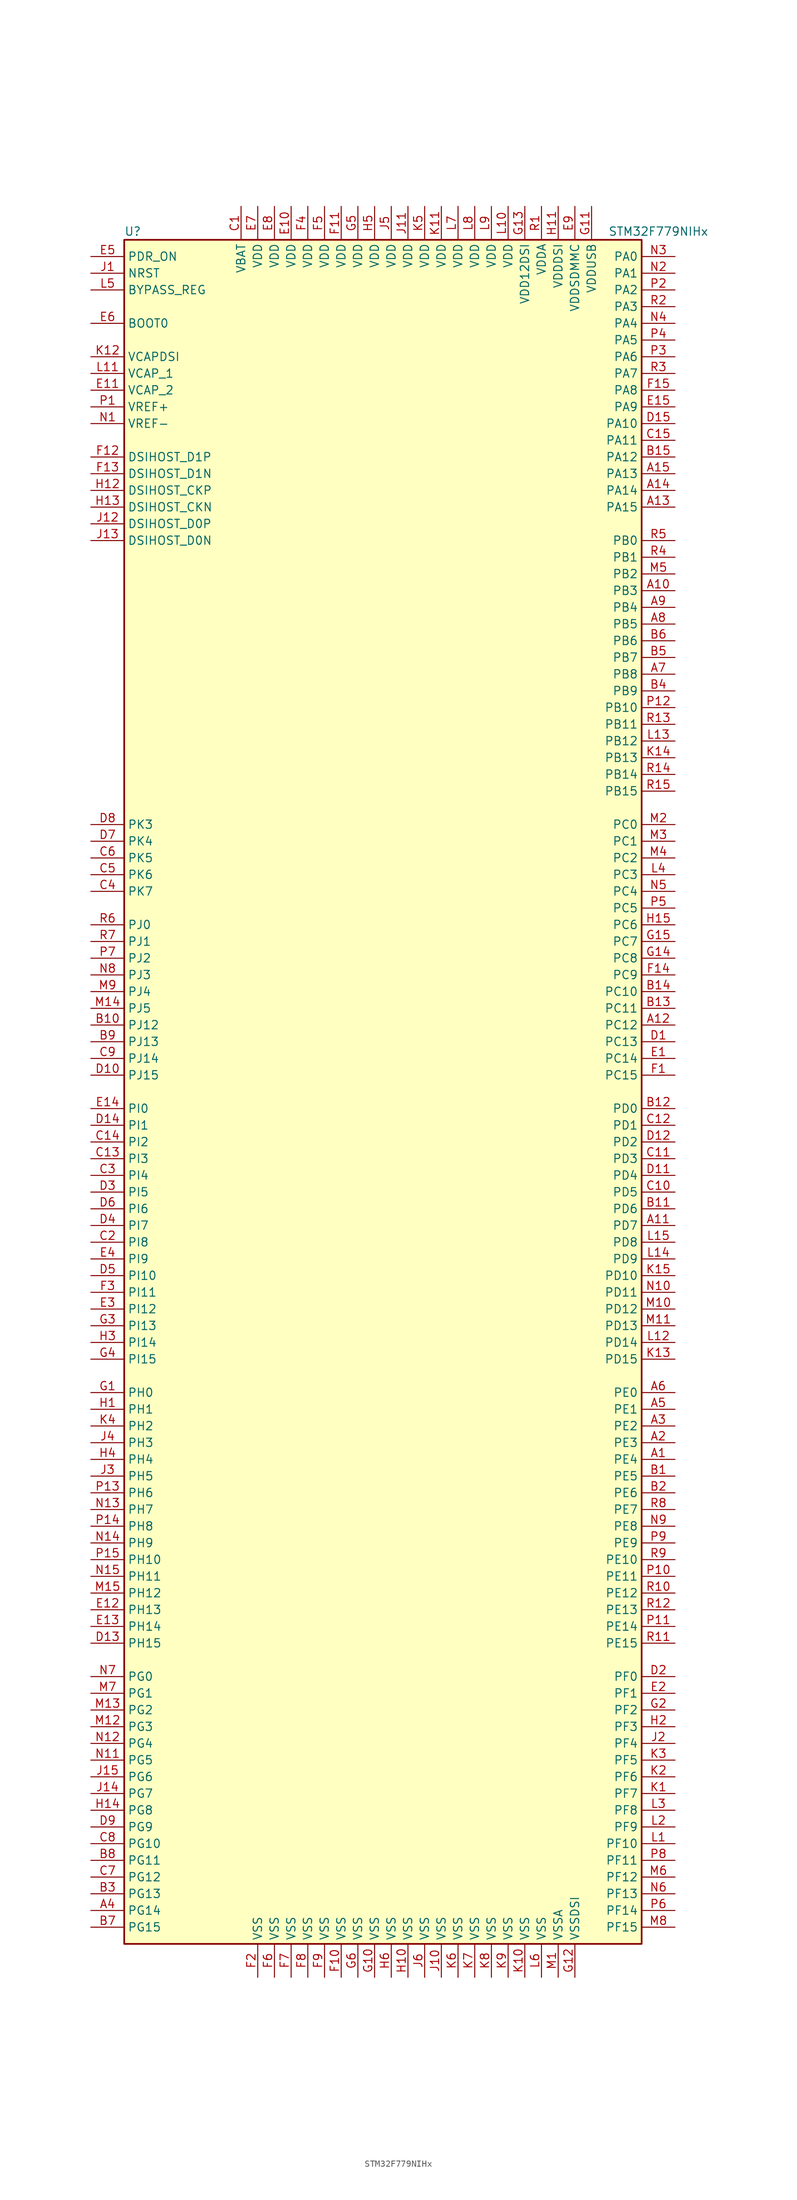
<source format=kicad_sym>
(kicad_symbol_lib
  (version 20220914)
  (generator kicad_symbol_editor)
  (symbol "STM32F779NIHx"
    (property "Reference" "U"
      (at -40.64 130.81 0)
      (effects (font (size 1.27 1.27)) (justify left)))
    (property "Value" "STM32F779NIHx"
      (at 33.02 130.81 0)
      (effects (font (size 1.27 1.27)) (justify left)))
    (symbol "STM32F779NIHx_0_1"
      (rectangle (start -40.64 -129.54) (end 38.1 129.54) (stroke (width 0.254) (type default)) (fill (type background))))
    (symbol "STM32F779NIHx_1_1"
      (pin bidirectional line (at 43.18 -55.88 180) (length 5.08) (name "PE4" (effects (font (size 1.27 1.27)))) (number "A1" (effects (font (size 1.27 1.27)))))
      (pin bidirectional line (at 43.18 76.2 180) (length 5.08) (name "PB3" (effects (font (size 1.27 1.27)))) (number "A10" (effects (font (size 1.27 1.27)))))
      (pin bidirectional line (at 43.18 -20.32 180) (length 5.08) (name "PD7" (effects (font (size 1.27 1.27)))) (number "A11" (effects (font (size 1.27 1.27)))))
      (pin bidirectional line (at 43.18 10.16 180) (length 5.08) (name "PC12" (effects (font (size 1.27 1.27)))) (number "A12" (effects (font (size 1.27 1.27)))))
      (pin bidirectional line (at 43.18 88.9 180) (length 5.08) (name "PA15" (effects (font (size 1.27 1.27)))) (number "A13" (effects (font (size 1.27 1.27)))))
      (pin bidirectional line (at 43.18 91.44 180) (length 5.08) (name "PA14" (effects (font (size 1.27 1.27)))) (number "A14" (effects (font (size 1.27 1.27)))))
      (pin bidirectional line (at 43.18 93.98 180) (length 5.08) (name "PA13" (effects (font (size 1.27 1.27)))) (number "A15" (effects (font (size 1.27 1.27)))))
      (pin bidirectional line (at 43.18 -53.34 180) (length 5.08) (name "PE3" (effects (font (size 1.27 1.27)))) (number "A2" (effects (font (size 1.27 1.27)))))
      (pin bidirectional line (at 43.18 -50.8 180) (length 5.08) (name "PE2" (effects (font (size 1.27 1.27)))) (number "A3" (effects (font (size 1.27 1.27)))))
      (pin bidirectional line (at -45.72 -124.46 0) (length 5.08) (name "PG14" (effects (font (size 1.27 1.27)))) (number "A4" (effects (font (size 1.27 1.27)))))
      (pin bidirectional line (at 43.18 -48.26 180) (length 5.08) (name "PE1" (effects (font (size 1.27 1.27)))) (number "A5" (effects (font (size 1.27 1.27)))))
      (pin bidirectional line (at 43.18 -45.72 180) (length 5.08) (name "PE0" (effects (font (size 1.27 1.27)))) (number "A6" (effects (font (size 1.27 1.27)))))
      (pin bidirectional line (at 43.18 63.5 180) (length 5.08) (name "PB8" (effects (font (size 1.27 1.27)))) (number "A7" (effects (font (size 1.27 1.27)))))
      (pin bidirectional line (at 43.18 71.12 180) (length 5.08) (name "PB5" (effects (font (size 1.27 1.27)))) (number "A8" (effects (font (size 1.27 1.27)))))
      (pin bidirectional line (at 43.18 73.66 180) (length 5.08) (name "PB4" (effects (font (size 1.27 1.27)))) (number "A9" (effects (font (size 1.27 1.27)))))
      (pin bidirectional line (at 43.18 -58.42 180) (length 5.08) (name "PE5" (effects (font (size 1.27 1.27)))) (number "B1" (effects (font (size 1.27 1.27)))))
      (pin bidirectional line (at -45.72 10.16 0) (length 5.08) (name "PJ12" (effects (font (size 1.27 1.27)))) (number "B10" (effects (font (size 1.27 1.27)))))
      (pin bidirectional line (at 43.18 -17.78 180) (length 5.08) (name "PD6" (effects (font (size 1.27 1.27)))) (number "B11" (effects (font (size 1.27 1.27)))))
      (pin bidirectional line (at 43.18 -2.54 180) (length 5.08) (name "PD0" (effects (font (size 1.27 1.27)))) (number "B12" (effects (font (size 1.27 1.27)))))
      (pin bidirectional line (at 43.18 12.7 180) (length 5.08) (name "PC11" (effects (font (size 1.27 1.27)))) (number "B13" (effects (font (size 1.27 1.27)))))
      (pin bidirectional line (at 43.18 15.24 180) (length 5.08) (name "PC10" (effects (font (size 1.27 1.27)))) (number "B14" (effects (font (size 1.27 1.27)))))
      (pin bidirectional line (at 43.18 96.52 180) (length 5.08) (name "PA12" (effects (font (size 1.27 1.27)))) (number "B15" (effects (font (size 1.27 1.27)))))
      (pin bidirectional line (at 43.18 -60.96 180) (length 5.08) (name "PE6" (effects (font (size 1.27 1.27)))) (number "B2" (effects (font (size 1.27 1.27)))))
      (pin bidirectional line (at -45.72 -121.92 0) (length 5.08) (name "PG13" (effects (font (size 1.27 1.27)))) (number "B3" (effects (font (size 1.27 1.27)))))
      (pin bidirectional line (at 43.18 60.96 180) (length 5.08) (name "PB9" (effects (font (size 1.27 1.27)))) (number "B4" (effects (font (size 1.27 1.27)))))
      (pin bidirectional line (at 43.18 66.04 180) (length 5.08) (name "PB7" (effects (font (size 1.27 1.27)))) (number "B5" (effects (font (size 1.27 1.27)))))
      (pin bidirectional line (at 43.18 68.58 180) (length 5.08) (name "PB6" (effects (font (size 1.27 1.27)))) (number "B6" (effects (font (size 1.27 1.27)))))
      (pin bidirectional line (at -45.72 -127 0) (length 5.08) (name "PG15" (effects (font (size 1.27 1.27)))) (number "B7" (effects (font (size 1.27 1.27)))))
      (pin bidirectional line (at -45.72 -116.84 0) (length 5.08) (name "PG11" (effects (font (size 1.27 1.27)))) (number "B8" (effects (font (size 1.27 1.27)))))
      (pin bidirectional line (at -45.72 7.62 0) (length 5.08) (name "PJ13" (effects (font (size 1.27 1.27)))) (number "B9" (effects (font (size 1.27 1.27)))))
      (pin power_in line (at -22.86 134.62 270) (length 5.08) (name "VBAT" (effects (font (size 1.27 1.27)))) (number "C1" (effects (font (size 1.27 1.27)))))
      (pin bidirectional line (at 43.18 -15.24 180) (length 5.08) (name "PD5" (effects (font (size 1.27 1.27)))) (number "C10" (effects (font (size 1.27 1.27)))))
      (pin bidirectional line (at 43.18 -10.16 180) (length 5.08) (name "PD3" (effects (font (size 1.27 1.27)))) (number "C11" (effects (font (size 1.27 1.27)))))
      (pin bidirectional line (at 43.18 -5.08 180) (length 5.08) (name "PD1" (effects (font (size 1.27 1.27)))) (number "C12" (effects (font (size 1.27 1.27)))))
      (pin bidirectional line (at -45.72 -10.16 0) (length 5.08) (name "PI3" (effects (font (size 1.27 1.27)))) (number "C13" (effects (font (size 1.27 1.27)))))
      (pin bidirectional line (at -45.72 -7.62 0) (length 5.08) (name "PI2" (effects (font (size 1.27 1.27)))) (number "C14" (effects (font (size 1.27 1.27)))))
      (pin bidirectional line (at 43.18 99.06 180) (length 5.08) (name "PA11" (effects (font (size 1.27 1.27)))) (number "C15" (effects (font (size 1.27 1.27)))))
      (pin bidirectional line (at -45.72 -22.86 0) (length 5.08) (name "PI8" (effects (font (size 1.27 1.27)))) (number "C2" (effects (font (size 1.27 1.27)))))
      (pin bidirectional line (at -45.72 -12.7 0) (length 5.08) (name "PI4" (effects (font (size 1.27 1.27)))) (number "C3" (effects (font (size 1.27 1.27)))))
      (pin bidirectional line (at -45.72 30.48 0) (length 5.08) (name "PK7" (effects (font (size 1.27 1.27)))) (number "C4" (effects (font (size 1.27 1.27)))))
      (pin bidirectional line (at -45.72 33.02 0) (length 5.08) (name "PK6" (effects (font (size 1.27 1.27)))) (number "C5" (effects (font (size 1.27 1.27)))))
      (pin bidirectional line (at -45.72 35.56 0) (length 5.08) (name "PK5" (effects (font (size 1.27 1.27)))) (number "C6" (effects (font (size 1.27 1.27)))))
      (pin bidirectional line (at -45.72 -119.38 0) (length 5.08) (name "PG12" (effects (font (size 1.27 1.27)))) (number "C7" (effects (font (size 1.27 1.27)))))
      (pin bidirectional line (at -45.72 -114.3 0) (length 5.08) (name "PG10" (effects (font (size 1.27 1.27)))) (number "C8" (effects (font (size 1.27 1.27)))))
      (pin bidirectional line (at -45.72 5.08 0) (length 5.08) (name "PJ14" (effects (font (size 1.27 1.27)))) (number "C9" (effects (font (size 1.27 1.27)))))
      (pin bidirectional line (at 43.18 7.62 180) (length 5.08) (name "PC13" (effects (font (size 1.27 1.27)))) (number "D1" (effects (font (size 1.27 1.27)))))
      (pin bidirectional line (at -45.72 2.54 0) (length 5.08) (name "PJ15" (effects (font (size 1.27 1.27)))) (number "D10" (effects (font (size 1.27 1.27)))))
      (pin bidirectional line (at 43.18 -12.7 180) (length 5.08) (name "PD4" (effects (font (size 1.27 1.27)))) (number "D11" (effects (font (size 1.27 1.27)))))
      (pin bidirectional line (at 43.18 -7.62 180) (length 5.08) (name "PD2" (effects (font (size 1.27 1.27)))) (number "D12" (effects (font (size 1.27 1.27)))))
      (pin bidirectional line (at -45.72 -83.82 0) (length 5.08) (name "PH15" (effects (font (size 1.27 1.27)))) (number "D13" (effects (font (size 1.27 1.27)))))
      (pin bidirectional line (at -45.72 -5.08 0) (length 5.08) (name "PI1" (effects (font (size 1.27 1.27)))) (number "D14" (effects (font (size 1.27 1.27)))))
      (pin bidirectional line (at 43.18 101.6 180) (length 5.08) (name "PA10" (effects (font (size 1.27 1.27)))) (number "D15" (effects (font (size 1.27 1.27)))))
      (pin bidirectional line (at 43.18 -88.9 180) (length 5.08) (name "PF0" (effects (font (size 1.27 1.27)))) (number "D2" (effects (font (size 1.27 1.27)))))
      (pin bidirectional line (at -45.72 -15.24 0) (length 5.08) (name "PI5" (effects (font (size 1.27 1.27)))) (number "D3" (effects (font (size 1.27 1.27)))))
      (pin bidirectional line (at -45.72 -20.32 0) (length 5.08) (name "PI7" (effects (font (size 1.27 1.27)))) (number "D4" (effects (font (size 1.27 1.27)))))
      (pin bidirectional line (at -45.72 -27.94 0) (length 5.08) (name "PI10" (effects (font (size 1.27 1.27)))) (number "D5" (effects (font (size 1.27 1.27)))))
      (pin bidirectional line (at -45.72 -17.78 0) (length 5.08) (name "PI6" (effects (font (size 1.27 1.27)))) (number "D6" (effects (font (size 1.27 1.27)))))
      (pin bidirectional line (at -45.72 38.1 0) (length 5.08) (name "PK4" (effects (font (size 1.27 1.27)))) (number "D7" (effects (font (size 1.27 1.27)))))
      (pin bidirectional line (at -45.72 40.64 0) (length 5.08) (name "PK3" (effects (font (size 1.27 1.27)))) (number "D8" (effects (font (size 1.27 1.27)))))
      (pin bidirectional line (at -45.72 -111.76 0) (length 5.08) (name "PG9" (effects (font (size 1.27 1.27)))) (number "D9" (effects (font (size 1.27 1.27)))))
      (pin bidirectional line (at 43.18 5.08 180) (length 5.08) (name "PC14" (effects (font (size 1.27 1.27)))) (number "E1" (effects (font (size 1.27 1.27)))))
      (pin power_in line (at -15.24 134.62 270) (length 5.08) (name "VDD" (effects (font (size 1.27 1.27)))) (number "E10" (effects (font (size 1.27 1.27)))))
      (pin power_in line (at -45.72 106.68 0) (length 5.08) (name "VCAP_2" (effects (font (size 1.27 1.27)))) (number "E11" (effects (font (size 1.27 1.27)))))
      (pin bidirectional line (at -45.72 -78.74 0) (length 5.08) (name "PH13" (effects (font (size 1.27 1.27)))) (number "E12" (effects (font (size 1.27 1.27)))))
      (pin bidirectional line (at -45.72 -81.28 0) (length 5.08) (name "PH14" (effects (font (size 1.27 1.27)))) (number "E13" (effects (font (size 1.27 1.27)))))
      (pin bidirectional line (at -45.72 -2.54 0) (length 5.08) (name "PI0" (effects (font (size 1.27 1.27)))) (number "E14" (effects (font (size 1.27 1.27)))))
      (pin bidirectional line (at 43.18 104.14 180) (length 5.08) (name "PA9" (effects (font (size 1.27 1.27)))) (number "E15" (effects (font (size 1.27 1.27)))))
      (pin bidirectional line (at 43.18 -91.44 180) (length 5.08) (name "PF1" (effects (font (size 1.27 1.27)))) (number "E2" (effects (font (size 1.27 1.27)))))
      (pin bidirectional line (at -45.72 -33.02 0) (length 5.08) (name "PI12" (effects (font (size 1.27 1.27)))) (number "E3" (effects (font (size 1.27 1.27)))))
      (pin bidirectional line (at -45.72 -25.4 0) (length 5.08) (name "PI9" (effects (font (size 1.27 1.27)))) (number "E4" (effects (font (size 1.27 1.27)))))
      (pin input line (at -45.72 127 0) (length 5.08) (name "PDR_ON" (effects (font (size 1.27 1.27)))) (number "E5" (effects (font (size 1.27 1.27)))))
      (pin input line (at -45.72 116.84 0) (length 5.08) (name "BOOT0" (effects (font (size 1.27 1.27)))) (number "E6" (effects (font (size 1.27 1.27)))))
      (pin power_in line (at -20.32 134.62 270) (length 5.08) (name "VDD" (effects (font (size 1.27 1.27)))) (number "E7" (effects (font (size 1.27 1.27)))))
      (pin power_in line (at -17.78 134.62 270) (length 5.08) (name "VDD" (effects (font (size 1.27 1.27)))) (number "E8" (effects (font (size 1.27 1.27)))))
      (pin power_in line (at 27.94 134.62 270) (length 5.08) (name "VDDSDMMC" (effects (font (size 1.27 1.27)))) (number "E9" (effects (font (size 1.27 1.27)))))
      (pin bidirectional line (at 43.18 2.54 180) (length 5.08) (name "PC15" (effects (font (size 1.27 1.27)))) (number "F1" (effects (font (size 1.27 1.27)))))
      (pin power_in line (at -7.62 -134.62 90) (length 5.08) (name "VSS" (effects (font (size 1.27 1.27)))) (number "F10" (effects (font (size 1.27 1.27)))))
      (pin power_in line (at -7.62 134.62 270) (length 5.08) (name "VDD" (effects (font (size 1.27 1.27)))) (number "F11" (effects (font (size 1.27 1.27)))))
      (pin bidirectional line (at -45.72 96.52 0) (length 5.08) (name "DSIHOST_D1P" (effects (font (size 1.27 1.27)))) (number "F12" (effects (font (size 1.27 1.27)))))
      (pin bidirectional line (at -45.72 93.98 0) (length 5.08) (name "DSIHOST_D1N" (effects (font (size 1.27 1.27)))) (number "F13" (effects (font (size 1.27 1.27)))))
      (pin bidirectional line (at 43.18 17.78 180) (length 5.08) (name "PC9" (effects (font (size 1.27 1.27)))) (number "F14" (effects (font (size 1.27 1.27)))))
      (pin bidirectional line (at 43.18 106.68 180) (length 5.08) (name "PA8" (effects (font (size 1.27 1.27)))) (number "F15" (effects (font (size 1.27 1.27)))))
      (pin power_in line (at -20.32 -134.62 90) (length 5.08) (name "VSS" (effects (font (size 1.27 1.27)))) (number "F2" (effects (font (size 1.27 1.27)))))
      (pin bidirectional line (at -45.72 -30.48 0) (length 5.08) (name "PI11" (effects (font (size 1.27 1.27)))) (number "F3" (effects (font (size 1.27 1.27)))))
      (pin power_in line (at -12.7 134.62 270) (length 5.08) (name "VDD" (effects (font (size 1.27 1.27)))) (number "F4" (effects (font (size 1.27 1.27)))))
      (pin power_in line (at -10.16 134.62 270) (length 5.08) (name "VDD" (effects (font (size 1.27 1.27)))) (number "F5" (effects (font (size 1.27 1.27)))))
      (pin power_in line (at -17.78 -134.62 90) (length 5.08) (name "VSS" (effects (font (size 1.27 1.27)))) (number "F6" (effects (font (size 1.27 1.27)))))
      (pin power_in line (at -15.24 -134.62 90) (length 5.08) (name "VSS" (effects (font (size 1.27 1.27)))) (number "F7" (effects (font (size 1.27 1.27)))))
      (pin power_in line (at -12.7 -134.62 90) (length 5.08) (name "VSS" (effects (font (size 1.27 1.27)))) (number "F8" (effects (font (size 1.27 1.27)))))
      (pin power_in line (at -10.16 -134.62 90) (length 5.08) (name "VSS" (effects (font (size 1.27 1.27)))) (number "F9" (effects (font (size 1.27 1.27)))))
      (pin input line (at -45.72 -45.72 0) (length 5.08) (name "PH0" (effects (font (size 1.27 1.27)))) (number "G1" (effects (font (size 1.27 1.27)))))
      (pin power_in line (at -2.54 -134.62 90) (length 5.08) (name "VSS" (effects (font (size 1.27 1.27)))) (number "G10" (effects (font (size 1.27 1.27)))))
      (pin power_in line (at 30.48 134.62 270) (length 5.08) (name "VDDUSB" (effects (font (size 1.27 1.27)))) (number "G11" (effects (font (size 1.27 1.27)))))
      (pin power_in line (at 27.94 -134.62 90) (length 5.08) (name "VSSDSI" (effects (font (size 1.27 1.27)))) (number "G12" (effects (font (size 1.27 1.27)))))
      (pin power_in line (at 20.32 134.62 270) (length 5.08) (name "VDD12DSI" (effects (font (size 1.27 1.27)))) (number "G13" (effects (font (size 1.27 1.27)))))
      (pin bidirectional line (at 43.18 20.32 180) (length 5.08) (name "PC8" (effects (font (size 1.27 1.27)))) (number "G14" (effects (font (size 1.27 1.27)))))
      (pin bidirectional line (at 43.18 22.86 180) (length 5.08) (name "PC7" (effects (font (size 1.27 1.27)))) (number "G15" (effects (font (size 1.27 1.27)))))
      (pin bidirectional line (at 43.18 -93.98 180) (length 5.08) (name "PF2" (effects (font (size 1.27 1.27)))) (number "G2" (effects (font (size 1.27 1.27)))))
      (pin bidirectional line (at -45.72 -35.56 0) (length 5.08) (name "PI13" (effects (font (size 1.27 1.27)))) (number "G3" (effects (font (size 1.27 1.27)))))
      (pin bidirectional line (at -45.72 -40.64 0) (length 5.08) (name "PI15" (effects (font (size 1.27 1.27)))) (number "G4" (effects (font (size 1.27 1.27)))))
      (pin power_in line (at -5.08 134.62 270) (length 5.08) (name "VDD" (effects (font (size 1.27 1.27)))) (number "G5" (effects (font (size 1.27 1.27)))))
      (pin power_in line (at -5.08 -134.62 90) (length 5.08) (name "VSS" (effects (font (size 1.27 1.27)))) (number "G6" (effects (font (size 1.27 1.27)))))
      (pin input line (at -45.72 -48.26 0) (length 5.08) (name "PH1" (effects (font (size 1.27 1.27)))) (number "H1" (effects (font (size 1.27 1.27)))))
      (pin power_in line (at 2.54 -134.62 90) (length 5.08) (name "VSS" (effects (font (size 1.27 1.27)))) (number "H10" (effects (font (size 1.27 1.27)))))
      (pin power_in line (at 25.4 134.62 270) (length 5.08) (name "VDDDSI" (effects (font (size 1.27 1.27)))) (number "H11" (effects (font (size 1.27 1.27)))))
      (pin bidirectional line (at -45.72 91.44 0) (length 5.08) (name "DSIHOST_CKP" (effects (font (size 1.27 1.27)))) (number "H12" (effects (font (size 1.27 1.27)))))
      (pin bidirectional line (at -45.72 88.9 0) (length 5.08) (name "DSIHOST_CKN" (effects (font (size 1.27 1.27)))) (number "H13" (effects (font (size 1.27 1.27)))))
      (pin bidirectional line (at -45.72 -109.22 0) (length 5.08) (name "PG8" (effects (font (size 1.27 1.27)))) (number "H14" (effects (font (size 1.27 1.27)))))
      (pin bidirectional line (at 43.18 25.4 180) (length 5.08) (name "PC6" (effects (font (size 1.27 1.27)))) (number "H15" (effects (font (size 1.27 1.27)))))
      (pin bidirectional line (at 43.18 -96.52 180) (length 5.08) (name "PF3" (effects (font (size 1.27 1.27)))) (number "H2" (effects (font (size 1.27 1.27)))))
      (pin bidirectional line (at -45.72 -38.1 0) (length 5.08) (name "PI14" (effects (font (size 1.27 1.27)))) (number "H3" (effects (font (size 1.27 1.27)))))
      (pin bidirectional line (at -45.72 -55.88 0) (length 5.08) (name "PH4" (effects (font (size 1.27 1.27)))) (number "H4" (effects (font (size 1.27 1.27)))))
      (pin power_in line (at -2.54 134.62 270) (length 5.08) (name "VDD" (effects (font (size 1.27 1.27)))) (number "H5" (effects (font (size 1.27 1.27)))))
      (pin power_in line (at 0 -134.62 90) (length 5.08) (name "VSS" (effects (font (size 1.27 1.27)))) (number "H6" (effects (font (size 1.27 1.27)))))
      (pin input line (at -45.72 124.46 0) (length 5.08) (name "NRST" (effects (font (size 1.27 1.27)))) (number "J1" (effects (font (size 1.27 1.27)))))
      (pin power_in line (at 7.62 -134.62 90) (length 5.08) (name "VSS" (effects (font (size 1.27 1.27)))) (number "J10" (effects (font (size 1.27 1.27)))))
      (pin power_in line (at 2.54 134.62 270) (length 5.08) (name "VDD" (effects (font (size 1.27 1.27)))) (number "J11" (effects (font (size 1.27 1.27)))))
      (pin bidirectional line (at -45.72 86.36 0) (length 5.08) (name "DSIHOST_D0P" (effects (font (size 1.27 1.27)))) (number "J12" (effects (font (size 1.27 1.27)))))
      (pin bidirectional line (at -45.72 83.82 0) (length 5.08) (name "DSIHOST_D0N" (effects (font (size 1.27 1.27)))) (number "J13" (effects (font (size 1.27 1.27)))))
      (pin bidirectional line (at -45.72 -106.68 0) (length 5.08) (name "PG7" (effects (font (size 1.27 1.27)))) (number "J14" (effects (font (size 1.27 1.27)))))
      (pin bidirectional line (at -45.72 -104.14 0) (length 5.08) (name "PG6" (effects (font (size 1.27 1.27)))) (number "J15" (effects (font (size 1.27 1.27)))))
      (pin bidirectional line (at 43.18 -99.06 180) (length 5.08) (name "PF4" (effects (font (size 1.27 1.27)))) (number "J2" (effects (font (size 1.27 1.27)))))
      (pin bidirectional line (at -45.72 -58.42 0) (length 5.08) (name "PH5" (effects (font (size 1.27 1.27)))) (number "J3" (effects (font (size 1.27 1.27)))))
      (pin bidirectional line (at -45.72 -53.34 0) (length 5.08) (name "PH3" (effects (font (size 1.27 1.27)))) (number "J4" (effects (font (size 1.27 1.27)))))
      (pin power_in line (at 0 134.62 270) (length 5.08) (name "VDD" (effects (font (size 1.27 1.27)))) (number "J5" (effects (font (size 1.27 1.27)))))
      (pin power_in line (at 5.08 -134.62 90) (length 5.08) (name "VSS" (effects (font (size 1.27 1.27)))) (number "J6" (effects (font (size 1.27 1.27)))))
      (pin bidirectional line (at 43.18 -106.68 180) (length 5.08) (name "PF7" (effects (font (size 1.27 1.27)))) (number "K1" (effects (font (size 1.27 1.27)))))
      (pin power_in line (at 20.32 -134.62 90) (length 5.08) (name "VSS" (effects (font (size 1.27 1.27)))) (number "K10" (effects (font (size 1.27 1.27)))))
      (pin power_in line (at 7.62 134.62 270) (length 5.08) (name "VDD" (effects (font (size 1.27 1.27)))) (number "K11" (effects (font (size 1.27 1.27)))))
      (pin power_in line (at -45.72 111.76 0) (length 5.08) (name "VCAPDSI" (effects (font (size 1.27 1.27)))) (number "K12" (effects (font (size 1.27 1.27)))))
      (pin bidirectional line (at 43.18 -40.64 180) (length 5.08) (name "PD15" (effects (font (size 1.27 1.27)))) (number "K13" (effects (font (size 1.27 1.27)))))
      (pin bidirectional line (at 43.18 50.8 180) (length 5.08) (name "PB13" (effects (font (size 1.27 1.27)))) (number "K14" (effects (font (size 1.27 1.27)))))
      (pin bidirectional line (at 43.18 -27.94 180) (length 5.08) (name "PD10" (effects (font (size 1.27 1.27)))) (number "K15" (effects (font (size 1.27 1.27)))))
      (pin bidirectional line (at 43.18 -104.14 180) (length 5.08) (name "PF6" (effects (font (size 1.27 1.27)))) (number "K2" (effects (font (size 1.27 1.27)))))
      (pin bidirectional line (at 43.18 -101.6 180) (length 5.08) (name "PF5" (effects (font (size 1.27 1.27)))) (number "K3" (effects (font (size 1.27 1.27)))))
      (pin bidirectional line (at -45.72 -50.8 0) (length 5.08) (name "PH2" (effects (font (size 1.27 1.27)))) (number "K4" (effects (font (size 1.27 1.27)))))
      (pin power_in line (at 5.08 134.62 270) (length 5.08) (name "VDD" (effects (font (size 1.27 1.27)))) (number "K5" (effects (font (size 1.27 1.27)))))
      (pin power_in line (at 10.16 -134.62 90) (length 5.08) (name "VSS" (effects (font (size 1.27 1.27)))) (number "K6" (effects (font (size 1.27 1.27)))))
      (pin power_in line (at 12.7 -134.62 90) (length 5.08) (name "VSS" (effects (font (size 1.27 1.27)))) (number "K7" (effects (font (size 1.27 1.27)))))
      (pin power_in line (at 15.24 -134.62 90) (length 5.08) (name "VSS" (effects (font (size 1.27 1.27)))) (number "K8" (effects (font (size 1.27 1.27)))))
      (pin power_in line (at 17.78 -134.62 90) (length 5.08) (name "VSS" (effects (font (size 1.27 1.27)))) (number "K9" (effects (font (size 1.27 1.27)))))
      (pin bidirectional line (at 43.18 -114.3 180) (length 5.08) (name "PF10" (effects (font (size 1.27 1.27)))) (number "L1" (effects (font (size 1.27 1.27)))))
      (pin power_in line (at 17.78 134.62 270) (length 5.08) (name "VDD" (effects (font (size 1.27 1.27)))) (number "L10" (effects (font (size 1.27 1.27)))))
      (pin power_in line (at -45.72 109.22 0) (length 5.08) (name "VCAP_1" (effects (font (size 1.27 1.27)))) (number "L11" (effects (font (size 1.27 1.27)))))
      (pin bidirectional line (at 43.18 -38.1 180) (length 5.08) (name "PD14" (effects (font (size 1.27 1.27)))) (number "L12" (effects (font (size 1.27 1.27)))))
      (pin bidirectional line (at 43.18 53.34 180) (length 5.08) (name "PB12" (effects (font (size 1.27 1.27)))) (number "L13" (effects (font (size 1.27 1.27)))))
      (pin bidirectional line (at 43.18 -25.4 180) (length 5.08) (name "PD9" (effects (font (size 1.27 1.27)))) (number "L14" (effects (font (size 1.27 1.27)))))
      (pin bidirectional line (at 43.18 -22.86 180) (length 5.08) (name "PD8" (effects (font (size 1.27 1.27)))) (number "L15" (effects (font (size 1.27 1.27)))))
      (pin bidirectional line (at 43.18 -111.76 180) (length 5.08) (name "PF9" (effects (font (size 1.27 1.27)))) (number "L2" (effects (font (size 1.27 1.27)))))
      (pin bidirectional line (at 43.18 -109.22 180) (length 5.08) (name "PF8" (effects (font (size 1.27 1.27)))) (number "L3" (effects (font (size 1.27 1.27)))))
      (pin bidirectional line (at 43.18 33.02 180) (length 5.08) (name "PC3" (effects (font (size 1.27 1.27)))) (number "L4" (effects (font (size 1.27 1.27)))))
      (pin input line (at -45.72 121.92 0) (length 5.08) (name "BYPASS_REG" (effects (font (size 1.27 1.27)))) (number "L5" (effects (font (size 1.27 1.27)))))
      (pin power_in line (at 22.86 -134.62 90) (length 5.08) (name "VSS" (effects (font (size 1.27 1.27)))) (number "L6" (effects (font (size 1.27 1.27)))))
      (pin power_in line (at 10.16 134.62 270) (length 5.08) (name "VDD" (effects (font (size 1.27 1.27)))) (number "L7" (effects (font (size 1.27 1.27)))))
      (pin power_in line (at 12.7 134.62 270) (length 5.08) (name "VDD" (effects (font (size 1.27 1.27)))) (number "L8" (effects (font (size 1.27 1.27)))))
      (pin power_in line (at 15.24 134.62 270) (length 5.08) (name "VDD" (effects (font (size 1.27 1.27)))) (number "L9" (effects (font (size 1.27 1.27)))))
      (pin power_in line (at 25.4 -134.62 90) (length 5.08) (name "VSSA" (effects (font (size 1.27 1.27)))) (number "M1" (effects (font (size 1.27 1.27)))))
      (pin bidirectional line (at 43.18 -33.02 180) (length 5.08) (name "PD12" (effects (font (size 1.27 1.27)))) (number "M10" (effects (font (size 1.27 1.27)))))
      (pin bidirectional line (at 43.18 -35.56 180) (length 5.08) (name "PD13" (effects (font (size 1.27 1.27)))) (number "M11" (effects (font (size 1.27 1.27)))))
      (pin bidirectional line (at -45.72 -96.52 0) (length 5.08) (name "PG3" (effects (font (size 1.27 1.27)))) (number "M12" (effects (font (size 1.27 1.27)))))
      (pin bidirectional line (at -45.72 -93.98 0) (length 5.08) (name "PG2" (effects (font (size 1.27 1.27)))) (number "M13" (effects (font (size 1.27 1.27)))))
      (pin bidirectional line (at -45.72 12.7 0) (length 5.08) (name "PJ5" (effects (font (size 1.27 1.27)))) (number "M14" (effects (font (size 1.27 1.27)))))
      (pin bidirectional line (at -45.72 -76.2 0) (length 5.08) (name "PH12" (effects (font (size 1.27 1.27)))) (number "M15" (effects (font (size 1.27 1.27)))))
      (pin bidirectional line (at 43.18 40.64 180) (length 5.08) (name "PC0" (effects (font (size 1.27 1.27)))) (number "M2" (effects (font (size 1.27 1.27)))))
      (pin bidirectional line (at 43.18 38.1 180) (length 5.08) (name "PC1" (effects (font (size 1.27 1.27)))) (number "M3" (effects (font (size 1.27 1.27)))))
      (pin bidirectional line (at 43.18 35.56 180) (length 5.08) (name "PC2" (effects (font (size 1.27 1.27)))) (number "M4" (effects (font (size 1.27 1.27)))))
      (pin bidirectional line (at 43.18 78.74 180) (length 5.08) (name "PB2" (effects (font (size 1.27 1.27)))) (number "M5" (effects (font (size 1.27 1.27)))))
      (pin bidirectional line (at 43.18 -119.38 180) (length 5.08) (name "PF12" (effects (font (size 1.27 1.27)))) (number "M6" (effects (font (size 1.27 1.27)))))
      (pin bidirectional line (at -45.72 -91.44 0) (length 5.08) (name "PG1" (effects (font (size 1.27 1.27)))) (number "M7" (effects (font (size 1.27 1.27)))))
      (pin bidirectional line (at 43.18 -127 180) (length 5.08) (name "PF15" (effects (font (size 1.27 1.27)))) (number "M8" (effects (font (size 1.27 1.27)))))
      (pin bidirectional line (at -45.72 15.24 0) (length 5.08) (name "PJ4" (effects (font (size 1.27 1.27)))) (number "M9" (effects (font (size 1.27 1.27)))))
      (pin power_in line (at -45.72 101.6 0) (length 5.08) (name "VREF-" (effects (font (size 1.27 1.27)))) (number "N1" (effects (font (size 1.27 1.27)))))
      (pin bidirectional line (at 43.18 -30.48 180) (length 5.08) (name "PD11" (effects (font (size 1.27 1.27)))) (number "N10" (effects (font (size 1.27 1.27)))))
      (pin bidirectional line (at -45.72 -101.6 0) (length 5.08) (name "PG5" (effects (font (size 1.27 1.27)))) (number "N11" (effects (font (size 1.27 1.27)))))
      (pin bidirectional line (at -45.72 -99.06 0) (length 5.08) (name "PG4" (effects (font (size 1.27 1.27)))) (number "N12" (effects (font (size 1.27 1.27)))))
      (pin bidirectional line (at -45.72 -63.5 0) (length 5.08) (name "PH7" (effects (font (size 1.27 1.27)))) (number "N13" (effects (font (size 1.27 1.27)))))
      (pin bidirectional line (at -45.72 -68.58 0) (length 5.08) (name "PH9" (effects (font (size 1.27 1.27)))) (number "N14" (effects (font (size 1.27 1.27)))))
      (pin bidirectional line (at -45.72 -73.66 0) (length 5.08) (name "PH11" (effects (font (size 1.27 1.27)))) (number "N15" (effects (font (size 1.27 1.27)))))
      (pin bidirectional line (at 43.18 124.46 180) (length 5.08) (name "PA1" (effects (font (size 1.27 1.27)))) (number "N2" (effects (font (size 1.27 1.27)))))
      (pin bidirectional line (at 43.18 127 180) (length 5.08) (name "PA0" (effects (font (size 1.27 1.27)))) (number "N3" (effects (font (size 1.27 1.27)))))
      (pin bidirectional line (at 43.18 116.84 180) (length 5.08) (name "PA4" (effects (font (size 1.27 1.27)))) (number "N4" (effects (font (size 1.27 1.27)))))
      (pin bidirectional line (at 43.18 30.48 180) (length 5.08) (name "PC4" (effects (font (size 1.27 1.27)))) (number "N5" (effects (font (size 1.27 1.27)))))
      (pin bidirectional line (at 43.18 -121.92 180) (length 5.08) (name "PF13" (effects (font (size 1.27 1.27)))) (number "N6" (effects (font (size 1.27 1.27)))))
      (pin bidirectional line (at -45.72 -88.9 0) (length 5.08) (name "PG0" (effects (font (size 1.27 1.27)))) (number "N7" (effects (font (size 1.27 1.27)))))
      (pin bidirectional line (at -45.72 17.78 0) (length 5.08) (name "PJ3" (effects (font (size 1.27 1.27)))) (number "N8" (effects (font (size 1.27 1.27)))))
      (pin bidirectional line (at 43.18 -66.04 180) (length 5.08) (name "PE8" (effects (font (size 1.27 1.27)))) (number "N9" (effects (font (size 1.27 1.27)))))
      (pin power_in line (at -45.72 104.14 0) (length 5.08) (name "VREF+" (effects (font (size 1.27 1.27)))) (number "P1" (effects (font (size 1.27 1.27)))))
      (pin bidirectional line (at 43.18 -73.66 180) (length 5.08) (name "PE11" (effects (font (size 1.27 1.27)))) (number "P10" (effects (font (size 1.27 1.27)))))
      (pin bidirectional line (at 43.18 -81.28 180) (length 5.08) (name "PE14" (effects (font (size 1.27 1.27)))) (number "P11" (effects (font (size 1.27 1.27)))))
      (pin bidirectional line (at 43.18 58.42 180) (length 5.08) (name "PB10" (effects (font (size 1.27 1.27)))) (number "P12" (effects (font (size 1.27 1.27)))))
      (pin bidirectional line (at -45.72 -60.96 0) (length 5.08) (name "PH6" (effects (font (size 1.27 1.27)))) (number "P13" (effects (font (size 1.27 1.27)))))
      (pin bidirectional line (at -45.72 -66.04 0) (length 5.08) (name "PH8" (effects (font (size 1.27 1.27)))) (number "P14" (effects (font (size 1.27 1.27)))))
      (pin bidirectional line (at -45.72 -71.12 0) (length 5.08) (name "PH10" (effects (font (size 1.27 1.27)))) (number "P15" (effects (font (size 1.27 1.27)))))
      (pin bidirectional line (at 43.18 121.92 180) (length 5.08) (name "PA2" (effects (font (size 1.27 1.27)))) (number "P2" (effects (font (size 1.27 1.27)))))
      (pin bidirectional line (at 43.18 111.76 180) (length 5.08) (name "PA6" (effects (font (size 1.27 1.27)))) (number "P3" (effects (font (size 1.27 1.27)))))
      (pin bidirectional line (at 43.18 114.3 180) (length 5.08) (name "PA5" (effects (font (size 1.27 1.27)))) (number "P4" (effects (font (size 1.27 1.27)))))
      (pin bidirectional line (at 43.18 27.94 180) (length 5.08) (name "PC5" (effects (font (size 1.27 1.27)))) (number "P5" (effects (font (size 1.27 1.27)))))
      (pin bidirectional line (at 43.18 -124.46 180) (length 5.08) (name "PF14" (effects (font (size 1.27 1.27)))) (number "P6" (effects (font (size 1.27 1.27)))))
      (pin bidirectional line (at -45.72 20.32 0) (length 5.08) (name "PJ2" (effects (font (size 1.27 1.27)))) (number "P7" (effects (font (size 1.27 1.27)))))
      (pin bidirectional line (at 43.18 -116.84 180) (length 5.08) (name "PF11" (effects (font (size 1.27 1.27)))) (number "P8" (effects (font (size 1.27 1.27)))))
      (pin bidirectional line (at 43.18 -68.58 180) (length 5.08) (name "PE9" (effects (font (size 1.27 1.27)))) (number "P9" (effects (font (size 1.27 1.27)))))
      (pin power_in line (at 22.86 134.62 270) (length 5.08) (name "VDDA" (effects (font (size 1.27 1.27)))) (number "R1" (effects (font (size 1.27 1.27)))))
      (pin bidirectional line (at 43.18 -76.2 180) (length 5.08) (name "PE12" (effects (font (size 1.27 1.27)))) (number "R10" (effects (font (size 1.27 1.27)))))
      (pin bidirectional line (at 43.18 -83.82 180) (length 5.08) (name "PE15" (effects (font (size 1.27 1.27)))) (number "R11" (effects (font (size 1.27 1.27)))))
      (pin bidirectional line (at 43.18 -78.74 180) (length 5.08) (name "PE13" (effects (font (size 1.27 1.27)))) (number "R12" (effects (font (size 1.27 1.27)))))
      (pin bidirectional line (at 43.18 55.88 180) (length 5.08) (name "PB11" (effects (font (size 1.27 1.27)))) (number "R13" (effects (font (size 1.27 1.27)))))
      (pin bidirectional line (at 43.18 48.26 180) (length 5.08) (name "PB14" (effects (font (size 1.27 1.27)))) (number "R14" (effects (font (size 1.27 1.27)))))
      (pin bidirectional line (at 43.18 45.72 180) (length 5.08) (name "PB15" (effects (font (size 1.27 1.27)))) (number "R15" (effects (font (size 1.27 1.27)))))
      (pin bidirectional line (at 43.18 119.38 180) (length 5.08) (name "PA3" (effects (font (size 1.27 1.27)))) (number "R2" (effects (font (size 1.27 1.27)))))
      (pin bidirectional line (at 43.18 109.22 180) (length 5.08) (name "PA7" (effects (font (size 1.27 1.27)))) (number "R3" (effects (font (size 1.27 1.27)))))
      (pin bidirectional line (at 43.18 81.28 180) (length 5.08) (name "PB1" (effects (font (size 1.27 1.27)))) (number "R4" (effects (font (size 1.27 1.27)))))
      (pin bidirectional line (at 43.18 83.82 180) (length 5.08) (name "PB0" (effects (font (size 1.27 1.27)))) (number "R5" (effects (font (size 1.27 1.27)))))
      (pin bidirectional line (at -45.72 25.4 0) (length 5.08) (name "PJ0" (effects (font (size 1.27 1.27)))) (number "R6" (effects (font (size 1.27 1.27)))))
      (pin bidirectional line (at -45.72 22.86 0) (length 5.08) (name "PJ1" (effects (font (size 1.27 1.27)))) (number "R7" (effects (font (size 1.27 1.27)))))
      (pin bidirectional line (at 43.18 -63.5 180) (length 5.08) (name "PE7" (effects (font (size 1.27 1.27)))) (number "R8" (effects (font (size 1.27 1.27)))))
      (pin bidirectional line (at 43.18 -71.12 180) (length 5.08) (name "PE10" (effects (font (size 1.27 1.27)))) (number "R9" (effects (font (size 1.27 1.27))))))))
</source>
